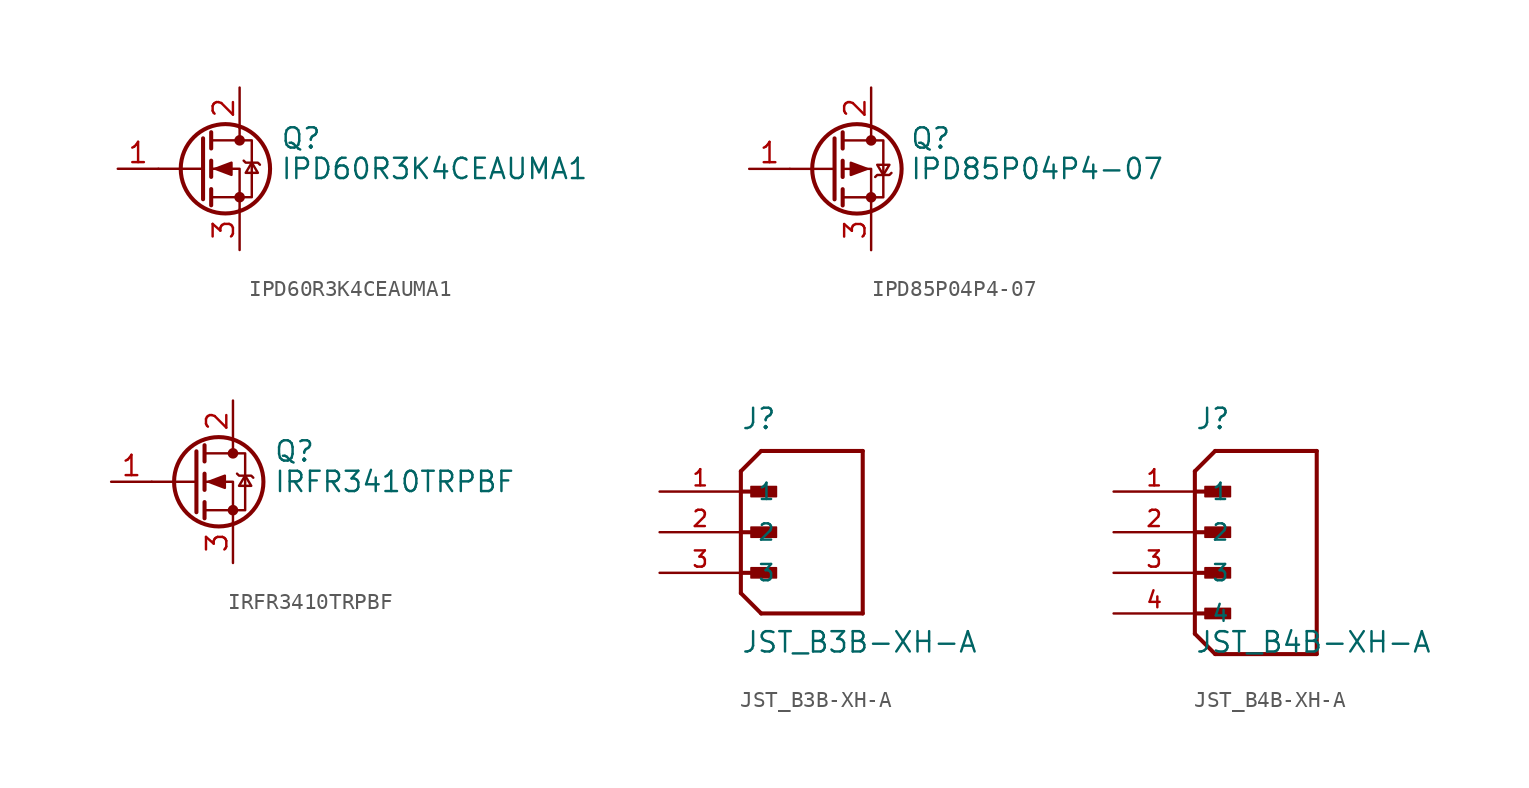
<source format=kicad_sym>
(kicad_symbol_lib
  (version 20231120)
  (generator "kicad_symbol_editor")
  (generator_version "8.0")
  (symbol "IPD60R3K4CEAUMA1"
    (pin_names hide)
    (property "Reference" "Q"
      (at 5.08 1.905 0)
      (effects (font (size 1.27 1.27)) (justify left)))
    (property "Value" "IPD60R3K4CEAUMA1"
      (at 5.08 0 0)
      (effects (font (size 1.27 1.27)) (justify left)))
    (symbol "IPD60R3K4CEAUMA1_0_1"
      (polyline (pts (xy 0.254 0) (xy -2.54 0)) (stroke (width 0) (type default)) (fill (type none)))
      (polyline (pts (xy 0.254 1.905) (xy 0.254 -1.905)) (stroke (width 0.254) (type default)) (fill (type none)))
      (polyline (pts (xy 0.762 -1.27) (xy 0.762 -2.286)) (stroke (width 0.254) (type default)) (fill (type none)))
      (polyline (pts (xy 0.762 0.508) (xy 0.762 -0.508)) (stroke (width 0.254) (type default)) (fill (type none)))
      (polyline (pts (xy 0.762 2.286) (xy 0.762 1.27)) (stroke (width 0.254) (type default)) (fill (type none)))
      (polyline (pts (xy 2.54 2.54) (xy 2.54 1.778)) (stroke (width 0) (type default)) (fill (type none)))
      (polyline (pts (xy 2.54 -2.54) (xy 2.54 0) (xy 0.762 0)) (stroke (width 0) (type default)) (fill (type none)))
      (polyline (pts (xy 0.762 -1.778) (xy 3.302 -1.778) (xy 3.302 1.778) (xy 0.762 1.778)) (stroke (width 0) (type default)) (fill (type none)))
      (polyline (pts (xy 1.016 0) (xy 2.032 0.381) (xy 2.032 -0.381) (xy 1.016 0)) (stroke (width 0) (type default)) (fill (type outline)))
      (polyline (pts (xy 2.794 0.508) (xy 2.921 0.381) (xy 3.683 0.381) (xy 3.81 0.254)) (stroke (width 0) (type default)) (fill (type none)))
      (polyline (pts (xy 3.302 0.381) (xy 2.921 -0.254) (xy 3.683 -0.254) (xy 3.302 0.381)) (stroke (width 0) (type default)) (fill (type none)))
      (circle (center 1.651 0) (radius 2.794) (stroke (width 0.254) (type default)) (fill (type none)))
      (circle (center 2.54 -1.778) (radius 0.254) (stroke (width 0) (type default)) (fill (type outline)))
      (circle (center 2.54 1.778) (radius 0.254) (stroke (width 0) (type default)) (fill (type outline))))
    (symbol "IPD60R3K4CEAUMA1_1_1"
      (pin passive line (at -5.08 0 0) (length 2.54) (name "G" (effects (font (size 1.27 1.27)))) (number "1" (effects (font (size 1.27 1.27)))))
      (pin passive line (at 2.54 5.08 270) (length 2.54) (name "D" (effects (font (size 1.27 1.27)))) (number "2" (effects (font (size 1.27 1.27)))))
      (pin passive line (at 2.54 -5.08 90) (length 2.54) (name "S" (effects (font (size 1.27 1.27)))) (number "3" (effects (font (size 1.27 1.27)))))))
  (symbol "IPD85P04P4-07"
    (pin_names hide)
    (property "Reference" "Q"
      (at 4.953 1.905 0)
      (effects (font (size 1.27 1.27)) (justify left)))
    (property "Value" "IPD85P04P4-07"
      (at 4.953 0 0)
      (effects (font (size 1.27 1.27)) (justify left)))
    (symbol "IPD85P04P4-07_0_1"
      (polyline (pts (xy 0.254 0) (xy -2.54 0)) (stroke (width 0) (type default)) (fill (type none)))
      (polyline (pts (xy 0.254 1.905) (xy 0.254 -1.905)) (stroke (width 0.254) (type default)) (fill (type none)))
      (polyline (pts (xy 0.762 -1.27) (xy 0.762 -2.286)) (stroke (width 0.254) (type default)) (fill (type none)))
      (polyline (pts (xy 0.762 0.508) (xy 0.762 -0.508)) (stroke (width 0.254) (type default)) (fill (type none)))
      (polyline (pts (xy 0.762 2.286) (xy 0.762 1.27)) (stroke (width 0.254) (type default)) (fill (type none)))
      (polyline (pts (xy 2.54 2.54) (xy 2.54 1.778)) (stroke (width 0) (type default)) (fill (type none)))
      (polyline (pts (xy 2.54 -2.54) (xy 2.54 0) (xy 0.762 0)) (stroke (width 0) (type default)) (fill (type none)))
      (polyline (pts (xy 0.762 1.778) (xy 3.302 1.778) (xy 3.302 -1.778) (xy 0.762 -1.778)) (stroke (width 0) (type default)) (fill (type none)))
      (polyline (pts (xy 2.286 0) (xy 1.27 0.381) (xy 1.27 -0.381) (xy 2.286 0)) (stroke (width 0) (type default)) (fill (type outline)))
      (polyline (pts (xy 2.794 -0.508) (xy 2.921 -0.381) (xy 3.683 -0.381) (xy 3.81 -0.254)) (stroke (width 0) (type default)) (fill (type none)))
      (polyline (pts (xy 3.302 -0.381) (xy 2.921 0.254) (xy 3.683 0.254) (xy 3.302 -0.381)) (stroke (width 0) (type default)) (fill (type none)))
      (circle (center 1.651 0) (radius 2.794) (stroke (width 0.254) (type default)) (fill (type none)))
      (circle (center 2.54 -1.778) (radius 0.254) (stroke (width 0) (type default)) (fill (type outline)))
      (circle (center 2.54 1.778) (radius 0.254) (stroke (width 0) (type default)) (fill (type outline))))
    (symbol "IPD85P04P4-07_1_1"
      (pin input line (at -5.08 0 0) (length 2.54) (name "G" (effects (font (size 1.27 1.27)))) (number "1" (effects (font (size 1.27 1.27)))))
      (pin passive line (at 2.54 5.08 270) (length 2.54) (name "D" (effects (font (size 1.27 1.27)))) (number "2" (effects (font (size 1.27 1.27)))))
      (pin passive line (at 2.54 -5.08 90) (length 2.54) (name "S" (effects (font (size 1.27 1.27)))) (number "3" (effects (font (size 1.27 1.27)))))))
  (symbol "IRFR3410TRPBF"
    (pin_names hide)
    (property "Reference" "Q"
      (at 5.08 1.905 0)
      (effects (font (size 1.27 1.27)) (justify left)))
    (property "Value" "IRFR3410TRPBF"
      (at 5.08 0 0)
      (effects (font (size 1.27 1.27)) (justify left)))
    (symbol "IRFR3410TRPBF_0_1"
      (polyline (pts (xy 0.254 0) (xy -2.54 0)) (stroke (width 0) (type default)) (fill (type none)))
      (polyline (pts (xy 0.254 1.905) (xy 0.254 -1.905)) (stroke (width 0.254) (type default)) (fill (type none)))
      (polyline (pts (xy 0.762 -1.27) (xy 0.762 -2.286)) (stroke (width 0.254) (type default)) (fill (type none)))
      (polyline (pts (xy 0.762 0.508) (xy 0.762 -0.508)) (stroke (width 0.254) (type default)) (fill (type none)))
      (polyline (pts (xy 0.762 2.286) (xy 0.762 1.27)) (stroke (width 0.254) (type default)) (fill (type none)))
      (polyline (pts (xy 2.54 2.54) (xy 2.54 1.778)) (stroke (width 0) (type default)) (fill (type none)))
      (polyline (pts (xy 2.54 -2.54) (xy 2.54 0) (xy 0.762 0)) (stroke (width 0) (type default)) (fill (type none)))
      (polyline (pts (xy 0.762 -1.778) (xy 3.302 -1.778) (xy 3.302 1.778) (xy 0.762 1.778)) (stroke (width 0) (type default)) (fill (type none)))
      (polyline (pts (xy 1.016 0) (xy 2.032 0.381) (xy 2.032 -0.381) (xy 1.016 0)) (stroke (width 0) (type default)) (fill (type outline)))
      (polyline (pts (xy 2.794 0.508) (xy 2.921 0.381) (xy 3.683 0.381) (xy 3.81 0.254)) (stroke (width 0) (type default)) (fill (type none)))
      (polyline (pts (xy 3.302 0.381) (xy 2.921 -0.254) (xy 3.683 -0.254) (xy 3.302 0.381)) (stroke (width 0) (type default)) (fill (type none)))
      (circle (center 1.651 0) (radius 2.794) (stroke (width 0.254) (type default)) (fill (type none)))
      (circle (center 2.54 -1.778) (radius 0.254) (stroke (width 0) (type default)) (fill (type outline)))
      (circle (center 2.54 1.778) (radius 0.254) (stroke (width 0) (type default)) (fill (type outline))))
    (symbol "IRFR3410TRPBF_1_1"
      (pin passive line (at -5.08 0 0) (length 2.54) (name "G" (effects (font (size 1.27 1.27)))) (number "1" (effects (font (size 1.27 1.27)))))
      (pin passive line (at 2.54 5.08 270) (length 2.54) (name "D" (effects (font (size 1.27 1.27)))) (number "2" (effects (font (size 1.27 1.27)))))
      (pin passive line (at 2.54 -5.08 90) (length 2.54) (name "S" (effects (font (size 1.27 1.27)))) (number "3" (effects (font (size 1.27 1.27)))))))
  (symbol "JST_B3B-XH-A"
    (pin_names
      (offset 1.016))
    (property "Reference" "J"
      (at 0 6.35 0)
      (effects (font (size 1.27 1.27)) (justify left bottom)))
    (property "Value" "JST_B3B-XH-A"
      (at 0 -7.62 0)
      (effects (font (size 1.27 1.27)) (justify left bottom)))
    (symbol "JST_B3B-XH-A_0_0"
      (polyline (pts (xy 0 -3.81) (xy 1.27 -5.08)) (stroke (width 0.254) (type default)) (fill (type none)))
      (polyline (pts (xy 0 -2.54) (xy 1.905 -2.54)) (stroke (width 0.254) (type default)) (fill (type none)))
      (polyline (pts (xy 0 0) (xy 1.905 0)) (stroke (width 0.254) (type default)) (fill (type none)))
      (polyline (pts (xy 0 2.54) (xy 0 -3.81)) (stroke (width 0.254) (type default)) (fill (type none)))
      (polyline (pts (xy 0 2.54) (xy 1.905 2.54)) (stroke (width 0.254) (type default)) (fill (type none)))
      (polyline (pts (xy 0 3.81) (xy 0 2.54)) (stroke (width 0.254) (type default)) (fill (type none)))
      (polyline (pts (xy 0 3.81) (xy 1.27 5.08)) (stroke (width 0.254) (type default)) (fill (type none)))
      (polyline (pts (xy 1.27 -5.08) (xy 7.62 -5.08)) (stroke (width 0.254) (type default)) (fill (type none)))
      (polyline (pts (xy 7.62 -5.08) (xy 7.62 5.08)) (stroke (width 0.254) (type default)) (fill (type none)))
      (polyline (pts (xy 7.62 5.08) (xy 1.27 5.08)) (stroke (width 0.254) (type default)) (fill (type none)))
      (rectangle (start 0.635 -2.857) (end 2.223 -2.223) (stroke (width 0.1) (type default)) (fill (type outline)))
      (rectangle (start 0.635 -0.318) (end 2.223 0.318) (stroke (width 0.1) (type default)) (fill (type outline)))
      (rectangle (start 0.635 2.223) (end 2.223 2.857) (stroke (width 0.1) (type default)) (fill (type outline)))
      (pin passive line (at -5.08 2.54 0) (length 5.08) (name "1" (effects (font (size 1.016 1.016)))) (number "1" (effects (font (size 1.016 1.016)))))
      (pin passive line (at -5.08 0 0) (length 5.08) (name "2" (effects (font (size 1.016 1.016)))) (number "2" (effects (font (size 1.016 1.016)))))
      (pin passive line (at -5.08 -2.54 0) (length 5.08) (name "3" (effects (font (size 1.016 1.016)))) (number "3" (effects (font (size 1.016 1.016)))))))
  (symbol "JST_B4B-XH-A"
    (pin_names
      (offset 1.016))
    (property "Reference" "J"
      (at 0 6.35 0)
      (effects (font (size 1.27 1.27)) (justify left bottom)))
    (property "Value" "JST_B4B-XH-A"
      (at 0 -7.62 0)
      (effects (font (size 1.27 1.27)) (justify left bottom)))
    (symbol "JST_B4B-XH-A_0_0"
      (polyline (pts (xy 0 -6.35) (xy 1.27 -7.62)) (stroke (width 0.254) (type default)) (fill (type none)))
      (polyline (pts (xy 0 -5.08) (xy 1.905 -5.08)) (stroke (width 0.254) (type default)) (fill (type none)))
      (polyline (pts (xy 0 -2.54) (xy 1.905 -2.54)) (stroke (width 0.254) (type default)) (fill (type none)))
      (polyline (pts (xy 0 0) (xy 1.905 0)) (stroke (width 0.254) (type default)) (fill (type none)))
      (polyline (pts (xy 0 2.54) (xy 0 -6.35)) (stroke (width 0.254) (type default)) (fill (type none)))
      (polyline (pts (xy 0 2.54) (xy 1.905 2.54)) (stroke (width 0.254) (type default)) (fill (type none)))
      (polyline (pts (xy 0 3.81) (xy 0 2.54)) (stroke (width 0.254) (type default)) (fill (type none)))
      (polyline (pts (xy 0 3.81) (xy 1.27 5.08)) (stroke (width 0.254) (type default)) (fill (type none)))
      (polyline (pts (xy 1.27 -7.62) (xy 7.62 -7.62)) (stroke (width 0.254) (type default)) (fill (type none)))
      (polyline (pts (xy 7.62 -7.62) (xy 7.62 5.08)) (stroke (width 0.254) (type default)) (fill (type none)))
      (polyline (pts (xy 7.62 5.08) (xy 1.27 5.08)) (stroke (width 0.254) (type default)) (fill (type none)))
      (rectangle (start 0.635 -4.763) (end 2.223 -5.397) (stroke (width 0.1) (type default)) (fill (type outline)))
      (rectangle (start 0.635 -2.223) (end 2.223 -2.857) (stroke (width 0.1) (type default)) (fill (type outline)))
      (rectangle (start 0.635 -0.318) (end 2.223 0.318) (stroke (width 0.1) (type default)) (fill (type outline)))
      (rectangle (start 0.635 2.223) (end 2.223 2.857) (stroke (width 0.1) (type default)) (fill (type outline)))
      (pin passive line (at -5.08 2.54 0) (length 5.08) (name "1" (effects (font (size 1.016 1.016)))) (number "1" (effects (font (size 1.016 1.016)))))
      (pin passive line (at -5.08 0 0) (length 5.08) (name "2" (effects (font (size 1.016 1.016)))) (number "2" (effects (font (size 1.016 1.016)))))
      (pin passive line (at -5.08 -2.54 0) (length 5.08) (name "3" (effects (font (size 1.016 1.016)))) (number "3" (effects (font (size 1.016 1.016))))))
    (symbol "JST_B4B-XH-A_1_0"
      (pin passive line (at -5.08 -5.08 0) (length 5.08) (name "4" (effects (font (size 1.016 1.016)))) (number "4" (effects (font (size 1.016 1.016))))))))
</source>
